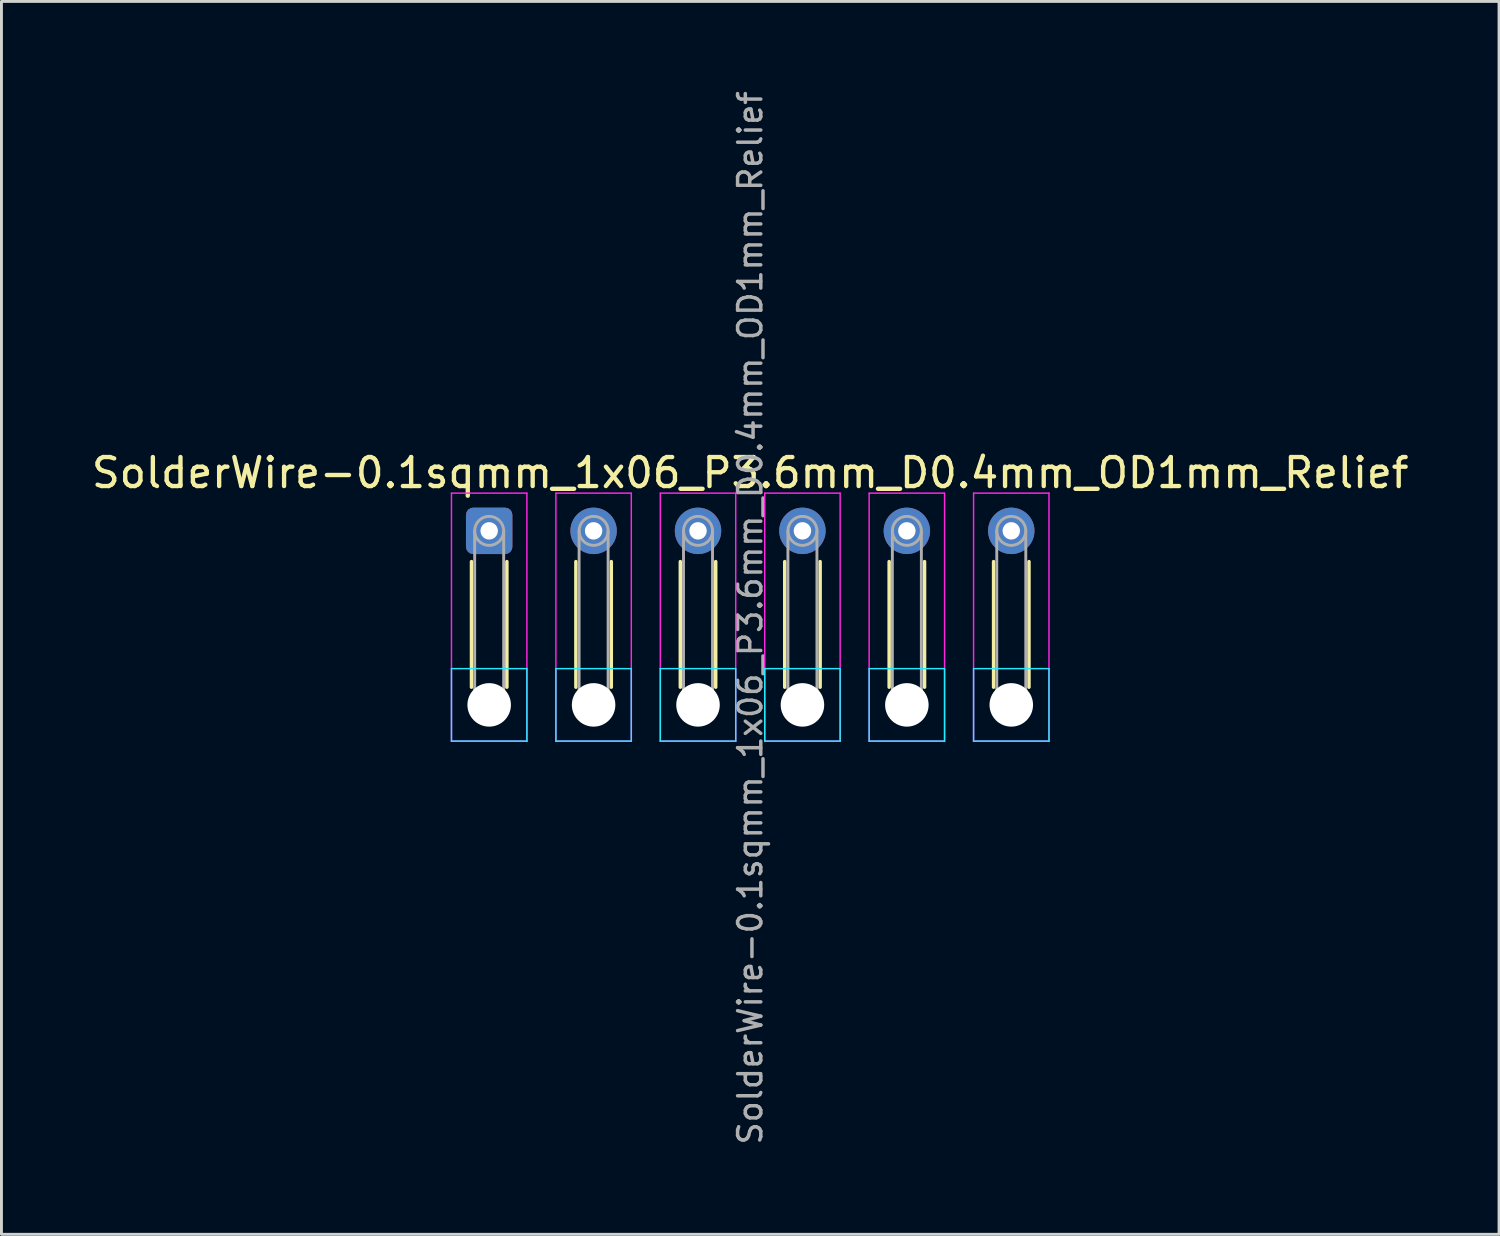
<source format=kicad_pcb>
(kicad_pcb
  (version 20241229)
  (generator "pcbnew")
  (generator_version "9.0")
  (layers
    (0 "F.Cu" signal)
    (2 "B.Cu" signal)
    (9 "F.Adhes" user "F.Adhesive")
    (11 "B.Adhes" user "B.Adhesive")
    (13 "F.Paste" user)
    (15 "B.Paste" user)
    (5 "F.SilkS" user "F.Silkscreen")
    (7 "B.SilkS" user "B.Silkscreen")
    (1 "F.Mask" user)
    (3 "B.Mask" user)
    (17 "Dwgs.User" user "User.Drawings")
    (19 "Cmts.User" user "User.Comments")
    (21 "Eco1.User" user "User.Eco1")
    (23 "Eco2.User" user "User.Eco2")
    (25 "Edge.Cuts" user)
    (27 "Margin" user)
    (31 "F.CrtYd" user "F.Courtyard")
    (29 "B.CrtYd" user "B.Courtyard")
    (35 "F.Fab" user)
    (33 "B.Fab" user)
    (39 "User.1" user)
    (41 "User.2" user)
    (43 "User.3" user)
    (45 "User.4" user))
  (footprint "SolderWire-0.1sqmm_1x06_P3.6mm_D0.4mm_OD1mm_Relief"
    (layer "F.Cu")
    (at 13.815 15.252)
    (property "Reference" "SolderWire-0.1sqmm_1x06_P3.6mm_D0.4mm_OD1mm_Relief" (at 9 -2 0) (layer "F.SilkS") (effects (font (size 1 1) (thickness 0.15))))
    (attr exclude_from_pos_files exclude_from_bom)
    (fp_line (start -0.61 1.06) (end -0.61 5.39) (stroke (width 0.12) (type solid)) (layer "F.SilkS"))
    (fp_line (start 0.61 1.06) (end 0.61 5.39) (stroke (width 0.12) (type solid)) (layer "F.SilkS"))
    (fp_line (start 2.99 1.06) (end 2.99 5.39) (stroke (width 0.12) (type solid)) (layer "F.SilkS"))
    (fp_line (start 4.21 1.06) (end 4.21 5.39) (stroke (width 0.12) (type solid)) (layer "F.SilkS"))
    (fp_line (start 6.59 1.06) (end 6.59 5.39) (stroke (width 0.12) (type solid)) (layer "F.SilkS"))
    (fp_line (start 7.81 1.06) (end 7.81 5.39) (stroke (width 0.12) (type solid)) (layer "F.SilkS"))
    (fp_line (start 10.19 1.06) (end 10.19 5.39) (stroke (width 0.12) (type solid)) (layer "F.SilkS"))
    (fp_line (start 11.41 1.06) (end 11.41 5.39) (stroke (width 0.12) (type solid)) (layer "F.SilkS"))
    (fp_line (start 13.79 1.06) (end 13.79 5.39) (stroke (width 0.12) (type solid)) (layer "F.SilkS"))
    (fp_line (start 15.01 1.06) (end 15.01 5.39) (stroke (width 0.12) (type solid)) (layer "F.SilkS"))
    (fp_line (start 17.39 1.06) (end 17.39 5.39) (stroke (width 0.12) (type solid)) (layer "F.SilkS"))
    (fp_line (start 18.61 1.06) (end 18.61 5.39) (stroke (width 0.12) (type solid)) (layer "F.SilkS"))
    (fp_line (start -1.3 4.75) (end -1.3 7.25) (stroke (width 0.05) (type solid)) (layer "B.CrtYd"))
    (fp_line (start -1.3 7.25) (end 1.3 7.25) (stroke (width 0.05) (type solid)) (layer "B.CrtYd"))
    (fp_line (start 1.3 4.75) (end -1.3 4.75) (stroke (width 0.05) (type solid)) (layer "B.CrtYd"))
    (fp_line (start 1.3 7.25) (end 1.3 4.75) (stroke (width 0.05) (type solid)) (layer "B.CrtYd"))
    (fp_line (start 2.3 4.75) (end 2.3 7.25) (stroke (width 0.05) (type solid)) (layer "B.CrtYd"))
    (fp_line (start 2.3 7.25) (end 4.9 7.25) (stroke (width 0.05) (type solid)) (layer "B.CrtYd"))
    (fp_line (start 4.9 4.75) (end 2.3 4.75) (stroke (width 0.05) (type solid)) (layer "B.CrtYd"))
    (fp_line (start 4.9 7.25) (end 4.9 4.75) (stroke (width 0.05) (type solid)) (layer "B.CrtYd"))
    (fp_line (start 5.9 4.75) (end 5.9 7.25) (stroke (width 0.05) (type solid)) (layer "B.CrtYd"))
    (fp_line (start 5.9 7.25) (end 8.5 7.25) (stroke (width 0.05) (type solid)) (layer "B.CrtYd"))
    (fp_line (start 8.5 4.75) (end 5.9 4.75) (stroke (width 0.05) (type solid)) (layer "B.CrtYd"))
    (fp_line (start 8.5 7.25) (end 8.5 4.75) (stroke (width 0.05) (type solid)) (layer "B.CrtYd"))
    (fp_line (start 9.5 4.75) (end 9.5 7.25) (stroke (width 0.05) (type solid)) (layer "B.CrtYd"))
    (fp_line (start 9.5 7.25) (end 12.1 7.25) (stroke (width 0.05) (type solid)) (layer "B.CrtYd"))
    (fp_line (start 12.1 4.75) (end 9.5 4.75) (stroke (width 0.05) (type solid)) (layer "B.CrtYd"))
    (fp_line (start 12.1 7.25) (end 12.1 4.75) (stroke (width 0.05) (type solid)) (layer "B.CrtYd"))
    (fp_line (start 13.1 4.75) (end 13.1 7.25) (stroke (width 0.05) (type solid)) (layer "B.CrtYd"))
    (fp_line (start 13.1 7.25) (end 15.7 7.25) (stroke (width 0.05) (type solid)) (layer "B.CrtYd"))
    (fp_line (start 15.7 4.75) (end 13.1 4.75) (stroke (width 0.05) (type solid)) (layer "B.CrtYd"))
    (fp_line (start 15.7 7.25) (end 15.7 4.75) (stroke (width 0.05) (type solid)) (layer "B.CrtYd"))
    (fp_line (start 16.7 4.75) (end 16.7 7.25) (stroke (width 0.05) (type solid)) (layer "B.CrtYd"))
    (fp_line (start 16.7 7.25) (end 19.3 7.25) (stroke (width 0.05) (type solid)) (layer "B.CrtYd"))
    (fp_line (start 19.3 4.75) (end 16.7 4.75) (stroke (width 0.05) (type solid)) (layer "B.CrtYd"))
    (fp_line (start 19.3 7.25) (end 19.3 4.75) (stroke (width 0.05) (type solid)) (layer "B.CrtYd"))
    (fp_line (start -1.3 -1.3) (end -1.3 7.25) (stroke (width 0.05) (type solid)) (layer "F.CrtYd"))
    (fp_line (start -1.3 7.25) (end 1.3 7.25) (stroke (width 0.05) (type solid)) (layer "F.CrtYd"))
    (fp_line (start 1.3 -1.3) (end -1.3 -1.3) (stroke (width 0.05) (type solid)) (layer "F.CrtYd"))
    (fp_line (start 1.3 7.25) (end 1.3 -1.3) (stroke (width 0.05) (type solid)) (layer "F.CrtYd"))
    (fp_line (start 2.3 -1.3) (end 2.3 7.25) (stroke (width 0.05) (type solid)) (layer "F.CrtYd"))
    (fp_line (start 2.3 7.25) (end 4.9 7.25) (stroke (width 0.05) (type solid)) (layer "F.CrtYd"))
    (fp_line (start 4.9 -1.3) (end 2.3 -1.3) (stroke (width 0.05) (type solid)) (layer "F.CrtYd"))
    (fp_line (start 4.9 7.25) (end 4.9 -1.3) (stroke (width 0.05) (type solid)) (layer "F.CrtYd"))
    (fp_line (start 5.9 -1.3) (end 5.9 7.25) (stroke (width 0.05) (type solid)) (layer "F.CrtYd"))
    (fp_line (start 5.9 7.25) (end 8.5 7.25) (stroke (width 0.05) (type solid)) (layer "F.CrtYd"))
    (fp_line (start 8.5 -1.3) (end 5.9 -1.3) (stroke (width 0.05) (type solid)) (layer "F.CrtYd"))
    (fp_line (start 8.5 7.25) (end 8.5 -1.3) (stroke (width 0.05) (type solid)) (layer "F.CrtYd"))
    (fp_line (start 9.5 -1.3) (end 9.5 7.25) (stroke (width 0.05) (type solid)) (layer "F.CrtYd"))
    (fp_line (start 9.5 7.25) (end 12.1 7.25) (stroke (width 0.05) (type solid)) (layer "F.CrtYd"))
    (fp_line (start 12.1 -1.3) (end 9.5 -1.3) (stroke (width 0.05) (type solid)) (layer "F.CrtYd"))
    (fp_line (start 12.1 7.25) (end 12.1 -1.3) (stroke (width 0.05) (type solid)) (layer "F.CrtYd"))
    (fp_line (start 13.1 -1.3) (end 13.1 7.25) (stroke (width 0.05) (type solid)) (layer "F.CrtYd"))
    (fp_line (start 13.1 7.25) (end 15.7 7.25) (stroke (width 0.05) (type solid)) (layer "F.CrtYd"))
    (fp_line (start 15.7 -1.3) (end 13.1 -1.3) (stroke (width 0.05) (type solid)) (layer "F.CrtYd"))
    (fp_line (start 15.7 7.25) (end 15.7 -1.3) (stroke (width 0.05) (type solid)) (layer "F.CrtYd"))
    (fp_line (start 16.7 -1.3) (end 16.7 7.25) (stroke (width 0.05) (type solid)) (layer "F.CrtYd"))
    (fp_line (start 16.7 7.25) (end 19.3 7.25) (stroke (width 0.05) (type solid)) (layer "F.CrtYd"))
    (fp_line (start 19.3 -1.3) (end 16.7 -1.3) (stroke (width 0.05) (type solid)) (layer "F.CrtYd"))
    (fp_line (start 19.3 7.25) (end 19.3 -1.3) (stroke (width 0.05) (type solid)) (layer "F.CrtYd"))
    (fp_line (start -0.5 0) (end -0.5 6) (stroke (width 0.1) (type solid)) (layer "F.Fab"))
    (fp_line (start 0.5 0) (end 0.5 6) (stroke (width 0.1) (type solid)) (layer "F.Fab"))
    (fp_line (start 3.1 0) (end 3.1 6) (stroke (width 0.1) (type solid)) (layer "F.Fab"))
    (fp_line (start 4.1 0) (end 4.1 6) (stroke (width 0.1) (type solid)) (layer "F.Fab"))
    (fp_line (start 6.7 0) (end 6.7 6) (stroke (width 0.1) (type solid)) (layer "F.Fab"))
    (fp_line (start 7.7 0) (end 7.7 6) (stroke (width 0.1) (type solid)) (layer "F.Fab"))
    (fp_line (start 10.3 0) (end 10.3 6) (stroke (width 0.1) (type solid)) (layer "F.Fab"))
    (fp_line (start 11.3 0) (end 11.3 6) (stroke (width 0.1) (type solid)) (layer "F.Fab"))
    (fp_line (start 13.9 0) (end 13.9 6) (stroke (width 0.1) (type solid)) (layer "F.Fab"))
    (fp_line (start 14.9 0) (end 14.9 6) (stroke (width 0.1) (type solid)) (layer "F.Fab"))
    (fp_line (start 17.5 0) (end 17.5 6) (stroke (width 0.1) (type solid)) (layer "F.Fab"))
    (fp_line (start 18.5 0) (end 18.5 6) (stroke (width 0.1) (type solid)) (layer "F.Fab"))
    (fp_circle (center 0 0) (end 0.5 0) (stroke (width 0.1) (type solid)) (fill no) (layer "F.Fab"))
    (fp_circle (center 0 6) (end 0.5 6) (stroke (width 0.1) (type solid)) (fill no) (layer "F.Fab"))
    (fp_circle (center 3.6 0) (end 4.1 0) (stroke (width 0.1) (type solid)) (fill no) (layer "F.Fab"))
    (fp_circle (center 3.6 6) (end 4.1 6) (stroke (width 0.1) (type solid)) (fill no) (layer "F.Fab"))
    (fp_circle (center 7.2 0) (end 7.7 0) (stroke (width 0.1) (type solid)) (fill no) (layer "F.Fab"))
    (fp_circle (center 7.2 6) (end 7.7 6) (stroke (width 0.1) (type solid)) (fill no) (layer "F.Fab"))
    (fp_circle (center 10.8 0) (end 11.3 0) (stroke (width 0.1) (type solid)) (fill no) (layer "F.Fab"))
    (fp_circle (center 10.8 6) (end 11.3 6) (stroke (width 0.1) (type solid)) (fill no) (layer "F.Fab"))
    (fp_circle (center 14.4 0) (end 14.9 0) (stroke (width 0.1) (type solid)) (fill no) (layer "F.Fab"))
    (fp_circle (center 14.4 6) (end 14.9 6) (stroke (width 0.1) (type solid)) (fill no) (layer "F.Fab"))
    (fp_circle (center 18 0) (end 18.5 0) (stroke (width 0.1) (type solid)) (fill no) (layer "F.Fab"))
    (fp_circle (center 18 6) (end 18.5 6) (stroke (width 0.1) (type solid)) (fill no) (layer "F.Fab"))
    (fp_text user "${REFERENCE}" (at 9 3 90) (layer "F.Fab") (effects (font (size 0.8 0.8) (thickness 0.12))))
    (pad "" np_thru_hole circle (at 0 6) (size 1.5 1.5) (drill 1.5) (layers "*.Cu" "*.Mask"))
    (pad "" np_thru_hole circle (at 3.6 6) (size 1.5 1.5) (drill 1.5) (layers "*.Cu" "*.Mask"))
    (pad "" np_thru_hole circle (at 7.2 6) (size 1.5 1.5) (drill 1.5) (layers "*.Cu" "*.Mask"))
    (pad "" np_thru_hole circle (at 10.8 6) (size 1.5 1.5) (drill 1.5) (layers "*.Cu" "*.Mask"))
    (pad "" np_thru_hole circle (at 14.4 6) (size 1.5 1.5) (drill 1.5) (layers "*.Cu" "*.Mask"))
    (pad "" np_thru_hole circle (at 18 6) (size 1.5 1.5) (drill 1.5) (layers "*.Cu" "*.Mask"))
    (pad "1" thru_hole roundrect (at 0 0) (size 1.6 1.6) (drill 0.6) (layers "*.Cu" "*.Mask") (roundrect_rratio 0.156))
    (pad "2" thru_hole circle (at 3.6 0) (size 1.6 1.6) (drill 0.6) (layers "*.Cu" "*.Mask"))
    (pad "3" thru_hole circle (at 7.2 0) (size 1.6 1.6) (drill 0.6) (layers "*.Cu" "*.Mask"))
    (pad "4" thru_hole circle (at 10.8 0) (size 1.6 1.6) (drill 0.6) (layers "*.Cu" "*.Mask"))
    (pad "5" thru_hole circle (at 14.4 0) (size 1.6 1.6) (drill 0.6) (layers "*.Cu" "*.Mask"))
    (pad "6" thru_hole circle (at 18 0) (size 1.6 1.6) (drill 0.6) (layers "*.Cu" "*.Mask")))
  (gr_rect
    (start -3 -3)
    (end 48.631 39.505)
    (stroke (width 0.1) (type default))
    (fill no)
    (layer "Edge.Cuts")))
</source>
